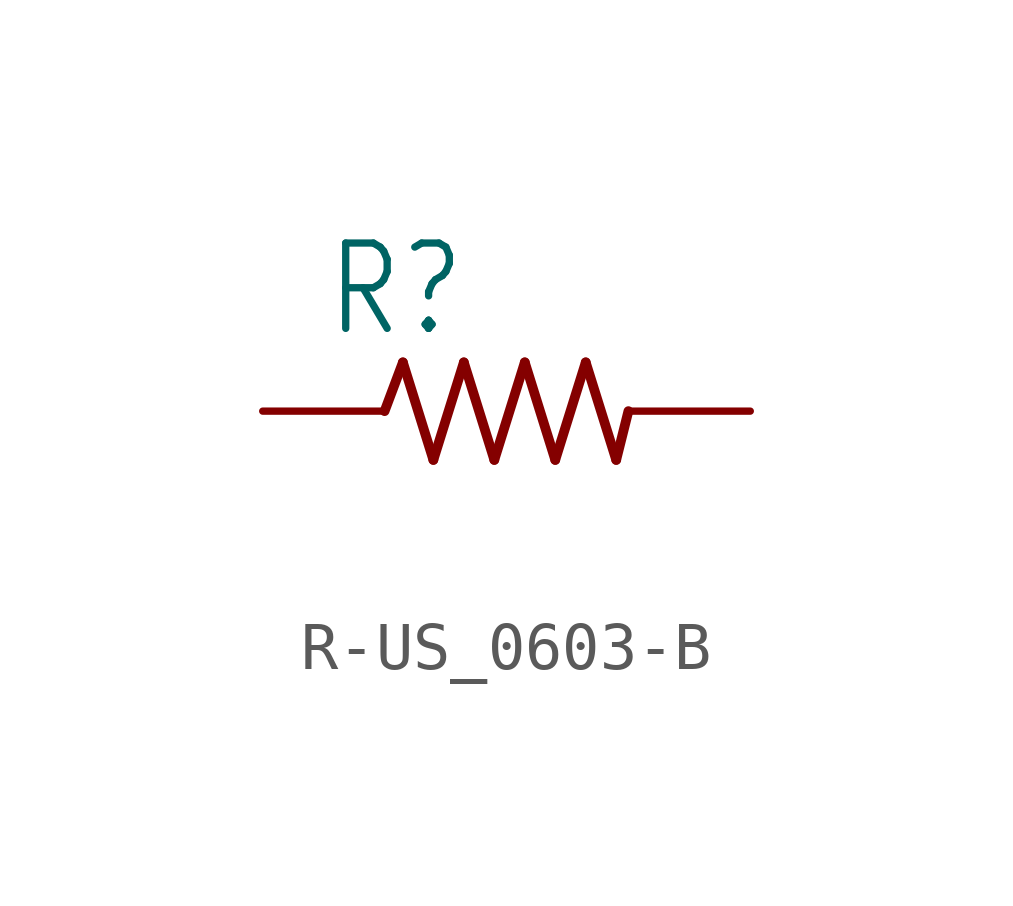
<source format=kicad_sym>
(kicad_symbol_lib
  (version 20241209)
  (generator "kicad_symbol_editor")
  (generator_version "9.0")
  (symbol "R-US_0603-B"
    (property "Reference" "R"
      (at -3.81 1.499 0)
      (effects (font (size 1.778 1.511)) (justify left bottom)))
    (property "Value" ""
      (at -3.81 -3.302 0)
      (effects (font (size 1.778 1.511)) (justify left bottom)))
    (property "ki_locked" ""
      (at 0 0 0)
      (effects (font (size 1.27 1.27))))
    (symbol "R-US_0603-B_1_0"
      (polyline (pts (xy -2.54 0) (xy -2.159 1.016)) (stroke (width 0.203) (type solid)) (fill (type none)))
      (polyline (pts (xy -2.159 1.016) (xy -1.524 -1.016)) (stroke (width 0.203) (type solid)) (fill (type none)))
      (polyline (pts (xy -1.524 -1.016) (xy -0.889 1.016)) (stroke (width 0.203) (type solid)) (fill (type none)))
      (polyline (pts (xy -0.889 1.016) (xy -0.254 -1.016)) (stroke (width 0.203) (type solid)) (fill (type none)))
      (polyline (pts (xy -0.254 -1.016) (xy 0.381 1.016)) (stroke (width 0.203) (type solid)) (fill (type none)))
      (polyline (pts (xy 0.381 1.016) (xy 1.016 -1.016)) (stroke (width 0.203) (type solid)) (fill (type none)))
      (polyline (pts (xy 1.016 -1.016) (xy 1.651 1.016)) (stroke (width 0.203) (type solid)) (fill (type none)))
      (polyline (pts (xy 1.651 1.016) (xy 2.286 -1.016)) (stroke (width 0.203) (type solid)) (fill (type none)))
      (polyline (pts (xy 2.286 -1.016) (xy 2.54 0)) (stroke (width 0.203) (type solid)) (fill (type none)))
      (pin passive line (at -5.08 0 0) (length 2.54) (name "1" (effects (font (size 0 0)))) (number "1" (effects (font (size 0 0)))))
      (pin passive line (at 5.08 0 180) (length 2.54) (name "2" (effects (font (size 0 0)))) (number "2" (effects (font (size 0 0))))))))
</source>
